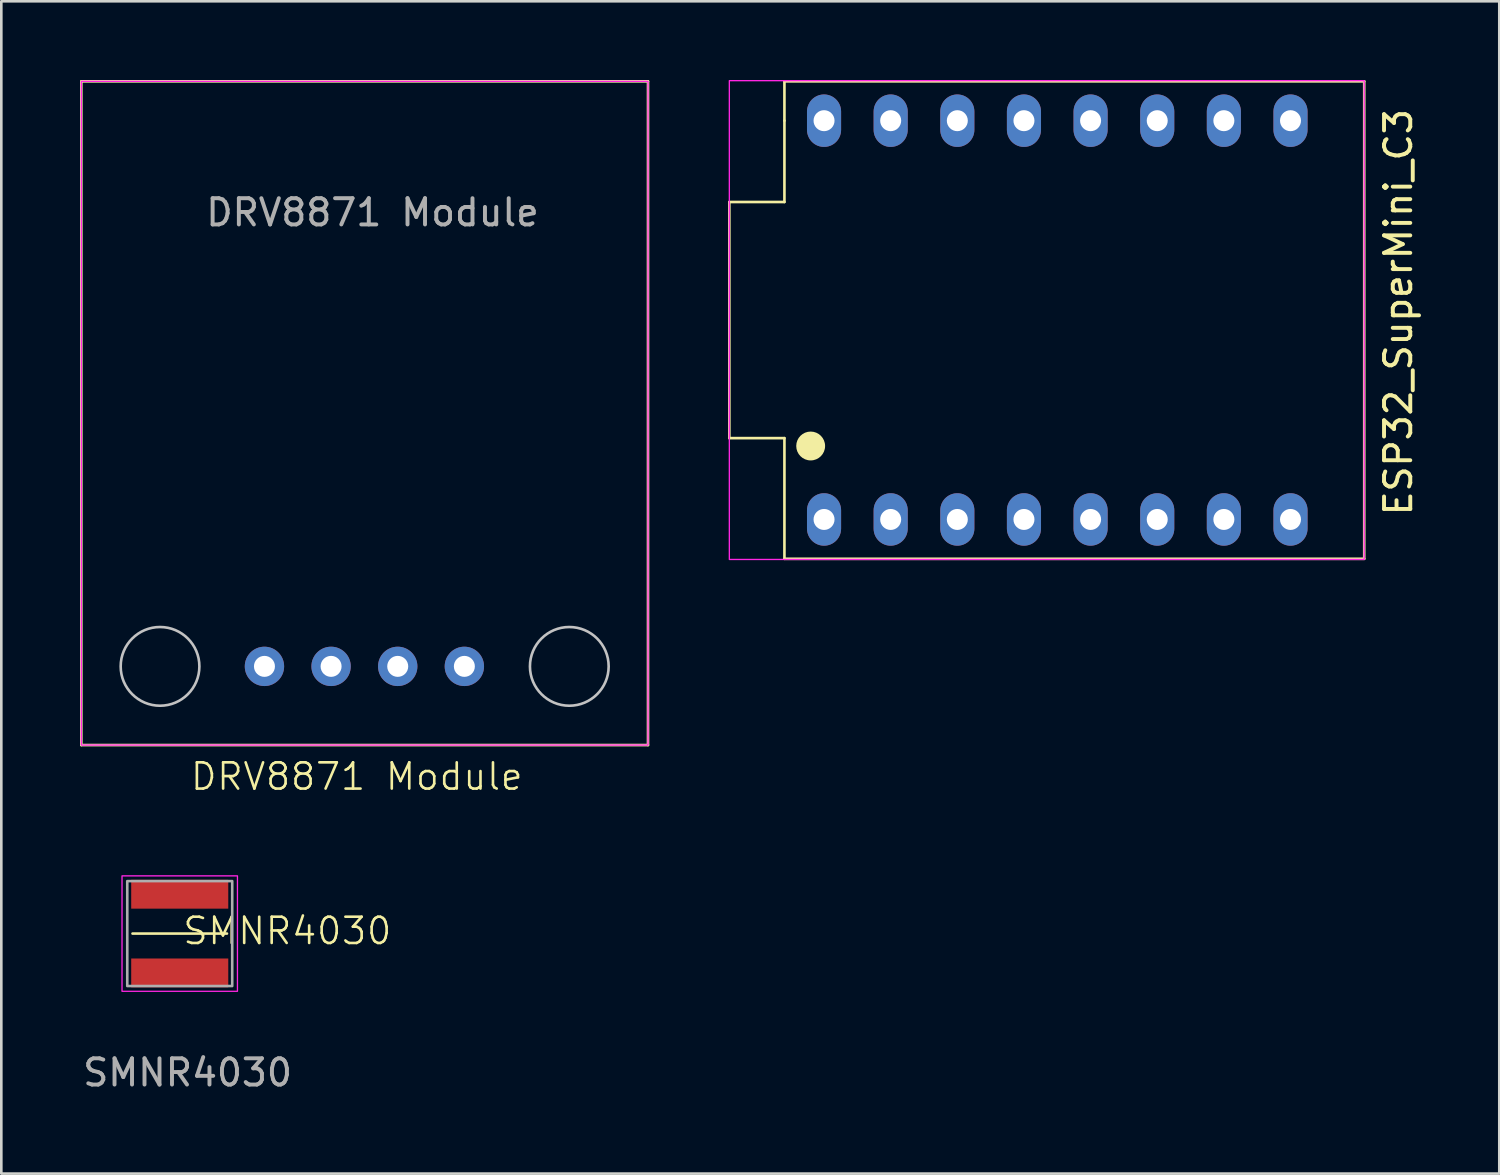
<source format=kicad_pcb>
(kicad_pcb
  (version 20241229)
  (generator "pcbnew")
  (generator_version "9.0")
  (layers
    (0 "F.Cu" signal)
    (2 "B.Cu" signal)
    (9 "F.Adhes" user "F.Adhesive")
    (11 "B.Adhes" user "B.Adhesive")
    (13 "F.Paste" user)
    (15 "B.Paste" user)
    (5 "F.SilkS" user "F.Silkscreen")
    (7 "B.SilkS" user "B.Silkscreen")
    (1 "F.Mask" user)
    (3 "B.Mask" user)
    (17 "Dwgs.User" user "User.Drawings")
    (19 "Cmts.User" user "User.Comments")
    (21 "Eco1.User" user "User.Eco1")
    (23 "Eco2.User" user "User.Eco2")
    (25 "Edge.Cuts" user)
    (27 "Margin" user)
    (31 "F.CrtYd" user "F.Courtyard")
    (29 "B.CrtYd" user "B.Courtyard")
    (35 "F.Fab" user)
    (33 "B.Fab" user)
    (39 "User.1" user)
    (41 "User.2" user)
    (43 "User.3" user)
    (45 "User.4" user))
  (footprint "SMNR4030"
    (layer "F.Cu")
    (at 3.901 32.535)
    (property "Reference" "SMNR4030" (at 4 -0.1 0) (unlocked yes) (layer "F.SilkS") (effects (font (size 1 1) (thickness 0.1))))
    (attr smd)
    (fp_line (start -1.9 0) (end 1.7 0) (stroke (width 0.1) (type default)) (layer "F.SilkS"))
    (fp_rect (start -2.3 -2.2) (end 2.1 2.2) (stroke (width 0.05) (type default)) (fill no) (layer "F.CrtYd"))
    (fp_rect (start -2.1 -2) (end 1.9 2) (stroke (width 0.1) (type solid)) (fill no) (layer "F.Fab"))
    (fp_text user "${REFERENCE}" (at 0.2 5.3 0) (unlocked yes) (layer "F.Fab") (effects (font (size 1 1) (thickness 0.15))))
    (pad "1" smd rect (at -0.1 -1.5) (size 3.7 1.1) (layers "F.Cu" "F.Mask" "F.Paste"))
    (pad "2" smd rect (at -0.1 1.5) (size 3.7 1.1) (layers "F.Cu" "F.Mask" "F.Paste")))
  (footprint "ESP32_SuperMini_C3"
    (layer "F.Cu")
    (at 37.25 9.15)
    (property "Reference" "ESP32_SuperMini_C3" (at 13 -0.3 90) (layer "F.SilkS") (effects (font (size 1 1) (thickness 0.15))))
    (attr through_hole)
    (fp_line (start -12.5 4.5) (end -12.5 -4.5) (stroke (width 0.1) (type default)) (layer "F.SilkS"))
    (fp_line (start -10.4 -9.1) (end 11.7 -9.1) (stroke (width 0.1) (type default)) (layer "F.SilkS"))
    (fp_line (start -10.4 -7.6) (end -10.4 -9.1) (stroke (width 0.1) (type default)) (layer "F.SilkS"))
    (fp_line (start -10.4 -7.6) (end -10.4 -4.5) (stroke (width 0.1) (type default)) (layer "F.SilkS"))
    (fp_line (start -10.4 -4.5) (end -12.5 -4.5) (stroke (width 0.1) (type default)) (layer "F.SilkS"))
    (fp_line (start -10.4 4.5) (end -12.5 4.5) (stroke (width 0.1) (type default)) (layer "F.SilkS"))
    (fp_line (start -10.4 4.5) (end -10.4 9.1) (stroke (width 0.1) (type default)) (layer "F.SilkS"))
    (fp_line (start -10.4 9.1) (end 11.7 9.1) (stroke (width 0.1) (type default)) (layer "F.SilkS"))
    (fp_line (start 11.7 -9.1) (end 11.7 9.1) (stroke (width 0.1) (type default)) (layer "F.SilkS"))
    (fp_circle (center -9.4 4.8) (end -9 4.5) (stroke (width 0.1) (type solid)) (fill yes) (layer "F.SilkS"))
    (fp_rect (start -12.5 -9.125) (end 11.7 9.125) (stroke (width 0.05) (type solid)) (fill no) (layer "F.CrtYd"))
    (pad "1" thru_hole oval (at -8.89 7.6) (size 1.3 2) (drill 0.8) (layers "*.Cu" "*.Mask"))
    (pad "2" thru_hole oval (at -6.35 7.6) (size 1.3 2) (drill 0.8) (layers "*.Cu" "*.Mask"))
    (pad "3" thru_hole oval (at -3.81 7.6) (size 1.3 2) (drill 0.8) (layers "*.Cu" "*.Mask"))
    (pad "4" thru_hole oval (at -1.27 7.6) (size 1.3 2) (drill 0.8) (layers "*.Cu" "*.Mask"))
    (pad "5" thru_hole oval (at 1.27 7.6) (size 1.3 2) (drill 0.8) (layers "*.Cu" "*.Mask"))
    (pad "6" thru_hole oval (at 3.81 7.6) (size 1.3 2) (drill 0.8) (layers "*.Cu" "*.Mask"))
    (pad "7" thru_hole oval (at 6.35 7.6) (size 1.3 2) (drill 0.8) (layers "*.Cu" "*.Mask"))
    (pad "8" thru_hole oval (at 8.89 7.6) (size 1.3 2) (drill 0.8) (layers "*.Cu" "*.Mask"))
    (pad "9" thru_hole oval (at 8.89 -7.6) (size 1.3 2) (drill 0.8) (layers "*.Cu" "*.Mask"))
    (pad "10" thru_hole oval (at 6.35 -7.6) (size 1.3 2) (drill 0.8) (layers "*.Cu" "*.Mask"))
    (pad "11" thru_hole oval (at 3.81 -7.6) (size 1.3 2) (drill 0.8) (layers "*.Cu" "*.Mask"))
    (pad "12" thru_hole oval (at 1.27 -7.6) (size 1.3 2) (drill 0.8) (layers "*.Cu" "*.Mask"))
    (pad "13" thru_hole oval (at -1.27 -7.6) (size 1.3 2) (drill 0.8) (layers "*.Cu" "*.Mask"))
    (pad "14" thru_hole oval (at -3.81 -7.6) (size 1.3 2) (drill 0.8) (layers "*.Cu" "*.Mask"))
    (pad "15" thru_hole oval (at -6.35 -7.6) (size 1.3 2) (drill 0.8) (layers "*.Cu" "*.Mask"))
    (pad "16" thru_hole oval (at -8.89 -7.6) (size 1.3 2) (drill 0.8) (layers "*.Cu" "*.Mask")))
  (footprint "DRV8871 Module"
    (layer "F.Cu")
    (at 14.65 22.35)
    (property "Reference" "DRV8871 Module" (at -4.1 4.2 0) (unlocked yes) (layer "F.SilkS") (effects (font (size 1 1) (thickness 0.1))))
    (attr through_hole)
    (fp_line (start -14.6 -22.3) (end 7 -22.3) (stroke (width 0.1) (type default)) (layer "F.SilkS"))
    (fp_line (start -14.6 3) (end -14.6 -22.3) (stroke (width 0.1) (type default)) (layer "F.SilkS"))
    (fp_line (start 7 -22.3) (end 7 3) (stroke (width 0.1) (type default)) (layer "F.SilkS"))
    (fp_line (start 7 3) (end -14.6 3) (stroke (width 0.1) (type default)) (layer "F.SilkS"))
    (fp_circle (center -11.6 0) (end -10.1 0) (stroke (width 0.1) (type solid)) (fill no) (layer "Dwgs.User"))
    (fp_circle (center 4 0) (end 5.5 0) (stroke (width 0.1) (type solid)) (fill no) (layer "Dwgs.User"))
    (fp_rect (start -14.6 -22.3) (end 7 3) (stroke (width 0.05) (type default)) (fill no) (layer "F.CrtYd"))
    (fp_text user "${REFERENCE}" (at -3.5 -17.3 0) (unlocked yes) (layer "F.Fab") (effects (font (size 1 1) (thickness 0.15))))
    (pad "1" thru_hole circle (at -7.62 0 90) (size 1.5 1.5) (drill 0.8) (layers "*.Cu" "*.Mask"))
    (pad "2" thru_hole circle (at -5.08 0 90) (size 1.5 1.5) (drill 0.8) (layers "*.Cu" "*.Mask"))
    (pad "3" thru_hole circle (at -2.54 0 90) (size 1.5 1.5) (drill 0.8) (layers "*.Cu" "*.Mask"))
    (pad "4" thru_hole circle (at 0 0 90) (size 1.5 1.5) (drill 0.8) (layers "*.Cu" "*.Mask")))
  (gr_rect
    (start -3 -3)
    (end 54.098 41.684)
    (stroke (width 0.1) (type default))
    (fill no)
    (layer "Edge.Cuts")))
</source>
